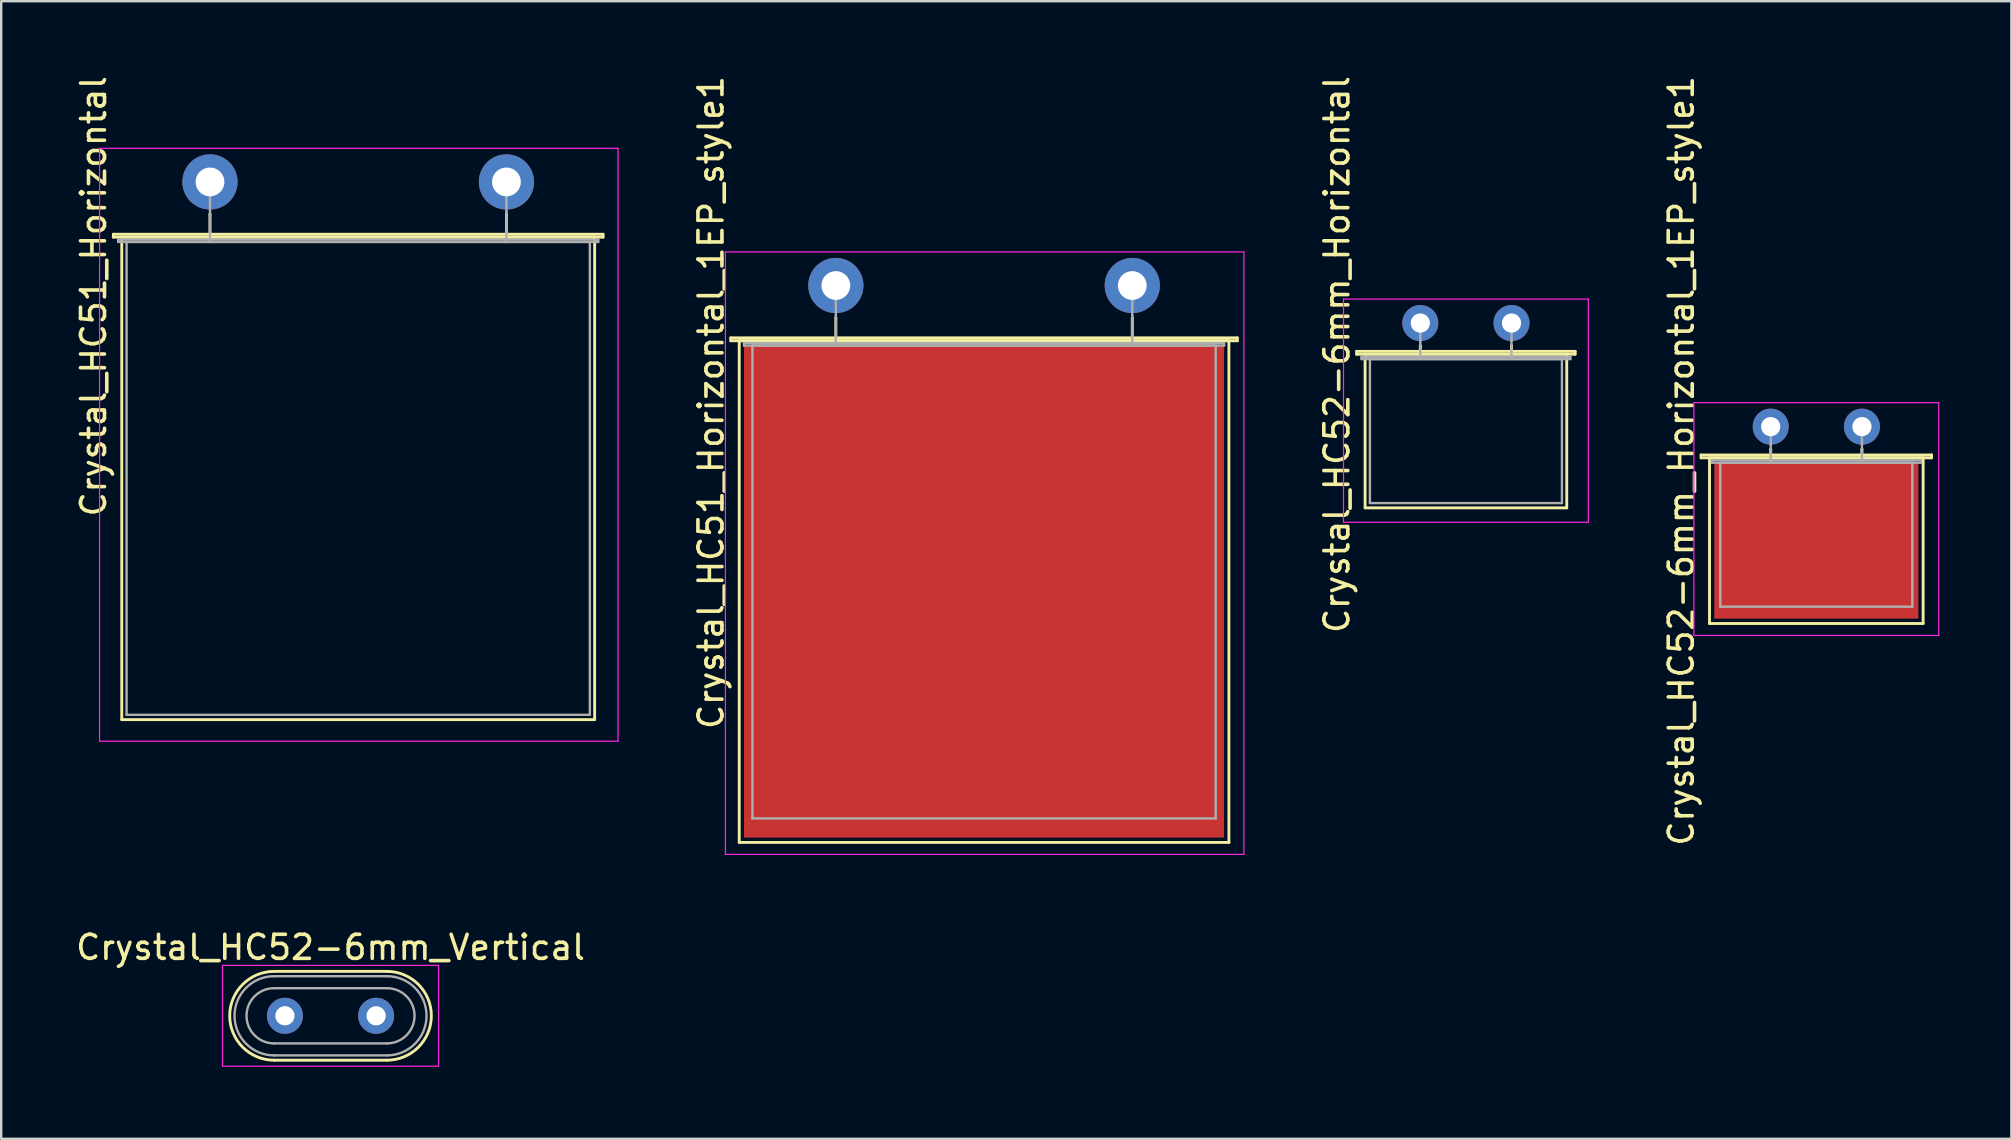
<source format=kicad_pcb>
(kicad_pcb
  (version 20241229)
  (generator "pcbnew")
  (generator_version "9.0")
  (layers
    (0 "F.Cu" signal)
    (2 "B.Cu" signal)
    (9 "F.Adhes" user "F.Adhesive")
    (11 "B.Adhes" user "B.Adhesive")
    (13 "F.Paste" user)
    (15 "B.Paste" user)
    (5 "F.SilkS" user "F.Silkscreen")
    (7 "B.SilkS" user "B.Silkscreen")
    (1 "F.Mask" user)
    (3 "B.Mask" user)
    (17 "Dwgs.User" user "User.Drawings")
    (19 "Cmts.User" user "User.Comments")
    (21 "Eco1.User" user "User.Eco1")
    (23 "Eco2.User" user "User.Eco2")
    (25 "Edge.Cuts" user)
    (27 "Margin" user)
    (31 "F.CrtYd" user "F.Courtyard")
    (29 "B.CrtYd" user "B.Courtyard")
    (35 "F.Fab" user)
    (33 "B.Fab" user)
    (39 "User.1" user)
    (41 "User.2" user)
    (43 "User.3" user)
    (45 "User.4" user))
  (footprint "Crystal_HC52-6mm_Horizontal_1EP_style1"
    (layer "F.Cu")
    (at 70.718 14.724)
    (property "Reference" "Crystal_HC52-6mm_Horizontal_1EP_style1" (at -3.725 1.425 90) (layer "F.SilkS") (effects (font (size 1 1) (thickness 0.15))))
    (attr through_hole)
    (fp_line (start -2.9 1.18) (end 6.7 1.18) (stroke (width 0.12) (type solid)) (layer "F.SilkS"))
    (fp_line (start -2.9 1.3) (end -2.9 1.18) (stroke (width 0.12) (type solid)) (layer "F.SilkS"))
    (fp_line (start -2.55 1.3) (end -2.55 8.2) (stroke (width 0.12) (type solid)) (layer "F.SilkS"))
    (fp_line (start -2.55 8.2) (end 6.35 8.2) (stroke (width 0.12) (type solid)) (layer "F.SilkS"))
    (fp_line (start 0 0.95) (end 0 0.95) (stroke (width 0.12) (type solid)) (layer "F.SilkS"))
    (fp_line (start 0 1.3) (end 0 0.95) (stroke (width 0.12) (type solid)) (layer "F.SilkS"))
    (fp_line (start 3.8 0.95) (end 3.8 0.95) (stroke (width 0.12) (type solid)) (layer "F.SilkS"))
    (fp_line (start 3.8 1.3) (end 3.8 0.95) (stroke (width 0.12) (type solid)) (layer "F.SilkS"))
    (fp_line (start 6.35 1.3) (end -2.55 1.3) (stroke (width 0.12) (type solid)) (layer "F.SilkS"))
    (fp_line (start 6.35 8.2) (end 6.35 1.3) (stroke (width 0.12) (type solid)) (layer "F.SilkS"))
    (fp_line (start 6.7 1.18) (end 6.7 1.3) (stroke (width 0.12) (type solid)) (layer "F.SilkS"))
    (fp_line (start 6.7 1.3) (end -2.9 1.3) (stroke (width 0.12) (type solid)) (layer "F.SilkS"))
    (fp_line (start -3.2 -1) (end -3.2 8.7) (stroke (width 0.05) (type solid)) (layer "F.CrtYd"))
    (fp_line (start -3.2 8.7) (end 7 8.7) (stroke (width 0.05) (type solid)) (layer "F.CrtYd"))
    (fp_line (start 7 -1) (end -3.2 -1) (stroke (width 0.05) (type solid)) (layer "F.CrtYd"))
    (fp_line (start 7 8.7) (end 7 -1) (stroke (width 0.05) (type solid)) (layer "F.CrtYd"))
    (fp_line (start -2.45 1.4) (end 6.25 1.4) (stroke (width 0.1) (type solid)) (layer "F.Fab"))
    (fp_line (start -2.45 1.5) (end -2.45 1.4) (stroke (width 0.1) (type solid)) (layer "F.Fab"))
    (fp_line (start -2.1 1.5) (end -2.1 7.5) (stroke (width 0.1) (type solid)) (layer "F.Fab"))
    (fp_line (start -2.1 7.5) (end 5.9 7.5) (stroke (width 0.1) (type solid)) (layer "F.Fab"))
    (fp_line (start 0 0.75) (end 0 0) (stroke (width 0.1) (type solid)) (layer "F.Fab"))
    (fp_line (start 0 1.5) (end 0 0.75) (stroke (width 0.1) (type solid)) (layer "F.Fab"))
    (fp_line (start 3.8 0.75) (end 3.8 0) (stroke (width 0.1) (type solid)) (layer "F.Fab"))
    (fp_line (start 3.8 1.5) (end 3.8 0.75) (stroke (width 0.1) (type solid)) (layer "F.Fab"))
    (fp_line (start 5.9 1.5) (end -2.1 1.5) (stroke (width 0.1) (type solid)) (layer "F.Fab"))
    (fp_line (start 5.9 7.5) (end 5.9 1.5) (stroke (width 0.1) (type solid)) (layer "F.Fab"))
    (fp_line (start 6.25 1.4) (end 6.25 1.5) (stroke (width 0.1) (type solid)) (layer "F.Fab"))
    (fp_line (start 6.25 1.5) (end -2.45 1.5) (stroke (width 0.1) (type solid)) (layer "F.Fab"))
    (pad "1" thru_hole circle (at 0 0) (size 1.5 1.5) (drill 0.8) (layers "*.Cu" "*.Mask"))
    (pad "2" thru_hole circle (at 3.8 0) (size 1.5 1.5) (drill 0.8) (layers "*.Cu" "*.Mask"))
    (pad "3" smd rect (at 1.9 4.75) (size 8.5 6.5) (layers "F.Cu" "F.Mask")))
  (footprint "Crystal_HC51_Horizontal_1EP_style1"
    (layer "F.Cu")
    (at 31.771 8.845)
    (property "Reference" "Crystal_HC51_Horizontal_1EP_style1" (at -5.2 4.875 90) (layer "F.SilkS") (effects (font (size 1 1) (thickness 0.15))))
    (attr through_hole)
    (fp_line (start -4.375 2.18) (end 16.725 2.18) (stroke (width 0.12) (type solid)) (layer "F.SilkS"))
    (fp_line (start -4.375 2.3) (end -4.375 2.18) (stroke (width 0.12) (type solid)) (layer "F.SilkS"))
    (fp_line (start -4.025 2.3) (end -4.025 23.2) (stroke (width 0.12) (type solid)) (layer "F.SilkS"))
    (fp_line (start -4.025 23.2) (end 16.375 23.2) (stroke (width 0.12) (type solid)) (layer "F.SilkS"))
    (fp_line (start 0 1.35) (end 0 1.35) (stroke (width 0.12) (type solid)) (layer "F.SilkS"))
    (fp_line (start 0 2.3) (end 0 1.35) (stroke (width 0.12) (type solid)) (layer "F.SilkS"))
    (fp_line (start 12.35 1.35) (end 12.35 1.35) (stroke (width 0.12) (type solid)) (layer "F.SilkS"))
    (fp_line (start 12.35 2.3) (end 12.35 1.35) (stroke (width 0.12) (type solid)) (layer "F.SilkS"))
    (fp_line (start 16.375 2.3) (end -4.025 2.3) (stroke (width 0.12) (type solid)) (layer "F.SilkS"))
    (fp_line (start 16.375 23.2) (end 16.375 2.3) (stroke (width 0.12) (type solid)) (layer "F.SilkS"))
    (fp_line (start 16.725 2.18) (end 16.725 2.3) (stroke (width 0.12) (type solid)) (layer "F.SilkS"))
    (fp_line (start 16.725 2.3) (end -4.375 2.3) (stroke (width 0.12) (type solid)) (layer "F.SilkS"))
    (fp_line (start -4.6 -1.4) (end -4.6 23.7) (stroke (width 0.05) (type solid)) (layer "F.CrtYd"))
    (fp_line (start -4.6 23.7) (end 17 23.7) (stroke (width 0.05) (type solid)) (layer "F.CrtYd"))
    (fp_line (start 17 -1.4) (end -4.6 -1.4) (stroke (width 0.05) (type solid)) (layer "F.CrtYd"))
    (fp_line (start 17 23.7) (end 17 -1.4) (stroke (width 0.05) (type solid)) (layer "F.CrtYd"))
    (fp_line (start -3.825 2.4) (end 16.175 2.4) (stroke (width 0.1) (type solid)) (layer "F.Fab"))
    (fp_line (start -3.825 2.5) (end -3.825 2.4) (stroke (width 0.1) (type solid)) (layer "F.Fab"))
    (fp_line (start -3.475 2.5) (end -3.475 22.2) (stroke (width 0.1) (type solid)) (layer "F.Fab"))
    (fp_line (start -3.475 22.2) (end 15.825 22.2) (stroke (width 0.1) (type solid)) (layer "F.Fab"))
    (fp_line (start 0 1.25) (end 0 0) (stroke (width 0.1) (type solid)) (layer "F.Fab"))
    (fp_line (start 0 2.5) (end 0 1.25) (stroke (width 0.1) (type solid)) (layer "F.Fab"))
    (fp_line (start 12.35 1.25) (end 12.35 0) (stroke (width 0.1) (type solid)) (layer "F.Fab"))
    (fp_line (start 12.35 2.5) (end 12.35 1.25) (stroke (width 0.1) (type solid)) (layer "F.Fab"))
    (fp_line (start 15.825 2.5) (end -3.475 2.5) (stroke (width 0.1) (type solid)) (layer "F.Fab"))
    (fp_line (start 15.825 22.2) (end 15.825 2.5) (stroke (width 0.1) (type solid)) (layer "F.Fab"))
    (fp_line (start 16.175 2.4) (end 16.175 2.5) (stroke (width 0.1) (type solid)) (layer "F.Fab"))
    (fp_line (start 16.175 2.5) (end -3.825 2.5) (stroke (width 0.1) (type solid)) (layer "F.Fab"))
    (pad "1" thru_hole circle (at 0 0) (size 2.3 2.3) (drill 1.2) (layers "*.Cu" "*.Mask"))
    (pad "2" thru_hole circle (at 12.35 0) (size 2.3 2.3) (drill 1.2) (layers "*.Cu" "*.Mask"))
    (pad "3" smd rect (at 6.175 12.75) (size 20 20.5) (layers "F.Cu" "F.Mask")))
  (footprint "Crystal_HC51_Horizontal"
    (layer "F.Cu")
    (at 5.698 4.529)
    (property "Reference" "Crystal_HC51_Horizontal" (at -4.85 4.763 90) (layer "F.SilkS") (effects (font (size 1 1) (thickness 0.15))))
    (attr through_hole)
    (fp_line (start -4.025 2.18) (end 16.375 2.18) (stroke (width 0.12) (type solid)) (layer "F.SilkS"))
    (fp_line (start -4.025 2.3) (end -4.025 2.18) (stroke (width 0.12) (type solid)) (layer "F.SilkS"))
    (fp_line (start -3.675 2.3) (end -3.675 22.4) (stroke (width 0.12) (type solid)) (layer "F.SilkS"))
    (fp_line (start -3.675 22.4) (end 16.025 22.4) (stroke (width 0.12) (type solid)) (layer "F.SilkS"))
    (fp_line (start 0 1.35) (end 0 1.35) (stroke (width 0.12) (type solid)) (layer "F.SilkS"))
    (fp_line (start 0 2.3) (end 0 1.35) (stroke (width 0.12) (type solid)) (layer "F.SilkS"))
    (fp_line (start 12.35 1.35) (end 12.35 1.35) (stroke (width 0.12) (type solid)) (layer "F.SilkS"))
    (fp_line (start 12.35 2.3) (end 12.35 1.35) (stroke (width 0.12) (type solid)) (layer "F.SilkS"))
    (fp_line (start 16.025 2.3) (end -3.675 2.3) (stroke (width 0.12) (type solid)) (layer "F.SilkS"))
    (fp_line (start 16.025 22.4) (end 16.025 2.3) (stroke (width 0.12) (type solid)) (layer "F.SilkS"))
    (fp_line (start 16.375 2.18) (end 16.375 2.3) (stroke (width 0.12) (type solid)) (layer "F.SilkS"))
    (fp_line (start 16.375 2.3) (end -4.025 2.3) (stroke (width 0.12) (type solid)) (layer "F.SilkS"))
    (fp_line (start -4.6 -1.4) (end -4.6 23.3) (stroke (width 0.05) (type solid)) (layer "F.CrtYd"))
    (fp_line (start -4.6 23.3) (end 17 23.3) (stroke (width 0.05) (type solid)) (layer "F.CrtYd"))
    (fp_line (start 17 -1.4) (end -4.6 -1.4) (stroke (width 0.05) (type solid)) (layer "F.CrtYd"))
    (fp_line (start 17 23.3) (end 17 -1.4) (stroke (width 0.05) (type solid)) (layer "F.CrtYd"))
    (fp_line (start -3.825 2.4) (end 16.175 2.4) (stroke (width 0.1) (type solid)) (layer "F.Fab"))
    (fp_line (start -3.825 2.5) (end -3.825 2.4) (stroke (width 0.1) (type solid)) (layer "F.Fab"))
    (fp_line (start -3.475 2.5) (end -3.475 22.2) (stroke (width 0.1) (type solid)) (layer "F.Fab"))
    (fp_line (start -3.475 22.2) (end 15.825 22.2) (stroke (width 0.1) (type solid)) (layer "F.Fab"))
    (fp_line (start 0 1.25) (end 0 0) (stroke (width 0.1) (type solid)) (layer "F.Fab"))
    (fp_line (start 0 2.5) (end 0 1.25) (stroke (width 0.1) (type solid)) (layer "F.Fab"))
    (fp_line (start 12.35 1.25) (end 12.35 0) (stroke (width 0.1) (type solid)) (layer "F.Fab"))
    (fp_line (start 12.35 2.5) (end 12.35 1.25) (stroke (width 0.1) (type solid)) (layer "F.Fab"))
    (fp_line (start 15.825 2.5) (end -3.475 2.5) (stroke (width 0.1) (type solid)) (layer "F.Fab"))
    (fp_line (start 15.825 22.2) (end 15.825 2.5) (stroke (width 0.1) (type solid)) (layer "F.Fab"))
    (fp_line (start 16.175 2.4) (end 16.175 2.5) (stroke (width 0.1) (type solid)) (layer "F.Fab"))
    (fp_line (start 16.175 2.5) (end -3.825 2.5) (stroke (width 0.1) (type solid)) (layer "F.Fab"))
    (pad "1" thru_hole circle (at 0 0) (size 2.3 2.3) (drill 1.2) (layers "*.Cu" "*.Mask"))
    (pad "2" thru_hole circle (at 12.35 0) (size 2.3 2.3) (drill 1.2) (layers "*.Cu" "*.Mask")))
  (footprint "Crystal_HC52-6mm_Vertical"
    (layer "F.Cu")
    (at 8.82 39.268)
    (property "Reference" "Crystal_HC52-6mm_Vertical" (at 1.9 -2.85 0) (layer "F.SilkS") (effects (font (size 1 1) (thickness 0.15))))
    (attr through_hole)
    (fp_line (start -0.45 -1.85) (end 4.25 -1.85) (stroke (width 0.12) (type solid)) (layer "F.SilkS"))
    (fp_line (start -0.45 1.85) (end 4.25 1.85) (stroke (width 0.12) (type solid)) (layer "F.SilkS"))
    (fp_arc (start -0.45 1.85) (mid -2.3 0) (end -0.45 -1.85) (stroke (width 0.12) (type solid)) (layer "F.SilkS"))
    (fp_arc (start 4.25 -1.85) (mid 6.1 0) (end 4.25 1.85) (stroke (width 0.12) (type solid)) (layer "F.SilkS"))
    (fp_line (start -2.6 -2.1) (end -2.6 2.1) (stroke (width 0.05) (type solid)) (layer "F.CrtYd"))
    (fp_line (start -2.6 2.1) (end 6.4 2.1) (stroke (width 0.05) (type solid)) (layer "F.CrtYd"))
    (fp_line (start 6.4 -2.1) (end -2.6 -2.1) (stroke (width 0.05) (type solid)) (layer "F.CrtYd"))
    (fp_line (start 6.4 2.1) (end 6.4 -2.1) (stroke (width 0.05) (type solid)) (layer "F.CrtYd"))
    (fp_line (start -0.45 -1.65) (end 4.25 -1.65) (stroke (width 0.1) (type solid)) (layer "F.Fab"))
    (fp_line (start -0.45 -1.15) (end 4.25 -1.15) (stroke (width 0.1) (type solid)) (layer "F.Fab"))
    (fp_line (start -0.45 1.15) (end 4.25 1.15) (stroke (width 0.1) (type solid)) (layer "F.Fab"))
    (fp_line (start -0.45 1.65) (end 4.25 1.65) (stroke (width 0.1) (type solid)) (layer "F.Fab"))
    (fp_arc (start -0.45 1.15) (mid -1.6 0) (end -0.45 -1.15) (stroke (width 0.1) (type solid)) (layer "F.Fab"))
    (fp_arc (start -0.45 1.65) (mid -2.1 0) (end -0.45 -1.65) (stroke (width 0.1) (type solid)) (layer "F.Fab"))
    (fp_arc (start 4.25 -1.65) (mid 5.9 0) (end 4.25 1.65) (stroke (width 0.1) (type solid)) (layer "F.Fab"))
    (fp_arc (start 4.25 -1.15) (mid 5.4 0) (end 4.25 1.15) (stroke (width 0.1) (type solid)) (layer "F.Fab"))
    (pad "1" thru_hole circle (at 0 0) (size 1.5 1.5) (drill 0.8) (layers "*.Cu" "*.Mask"))
    (pad "2" thru_hole circle (at 3.8 0) (size 1.5 1.5) (drill 0.8) (layers "*.Cu" "*.Mask")))
  (footprint "Crystal_HC52-6mm_Horizontal"
    (layer "F.Cu")
    (at 56.12 10.408)
    (property "Reference" "Crystal_HC52-6mm_Horizontal" (at -3.475 1.312 90) (layer "F.SilkS") (effects (font (size 1 1) (thickness 0.15))))
    (attr through_hole)
    (fp_line (start -2.65 1.18) (end 6.45 1.18) (stroke (width 0.12) (type solid)) (layer "F.SilkS"))
    (fp_line (start -2.65 1.3) (end -2.65 1.18) (stroke (width 0.12) (type solid)) (layer "F.SilkS"))
    (fp_line (start -2.3 1.3) (end -2.3 7.7) (stroke (width 0.12) (type solid)) (layer "F.SilkS"))
    (fp_line (start -2.3 7.7) (end 6.1 7.7) (stroke (width 0.12) (type solid)) (layer "F.SilkS"))
    (fp_line (start 0 0.95) (end 0 0.95) (stroke (width 0.12) (type solid)) (layer "F.SilkS"))
    (fp_line (start 0 1.3) (end 0 0.95) (stroke (width 0.12) (type solid)) (layer "F.SilkS"))
    (fp_line (start 3.8 0.95) (end 3.8 0.95) (stroke (width 0.12) (type solid)) (layer "F.SilkS"))
    (fp_line (start 3.8 1.3) (end 3.8 0.95) (stroke (width 0.12) (type solid)) (layer "F.SilkS"))
    (fp_line (start 6.1 1.3) (end -2.3 1.3) (stroke (width 0.12) (type solid)) (layer "F.SilkS"))
    (fp_line (start 6.1 7.7) (end 6.1 1.3) (stroke (width 0.12) (type solid)) (layer "F.SilkS"))
    (fp_line (start 6.45 1.18) (end 6.45 1.3) (stroke (width 0.12) (type solid)) (layer "F.SilkS"))
    (fp_line (start 6.45 1.3) (end -2.65 1.3) (stroke (width 0.12) (type solid)) (layer "F.SilkS"))
    (fp_line (start -3.2 -1) (end -3.2 8.3) (stroke (width 0.05) (type solid)) (layer "F.CrtYd"))
    (fp_line (start -3.2 8.3) (end 7 8.3) (stroke (width 0.05) (type solid)) (layer "F.CrtYd"))
    (fp_line (start 7 -1) (end -3.2 -1) (stroke (width 0.05) (type solid)) (layer "F.CrtYd"))
    (fp_line (start 7 8.3) (end 7 -1) (stroke (width 0.05) (type solid)) (layer "F.CrtYd"))
    (fp_line (start -2.45 1.4) (end 6.25 1.4) (stroke (width 0.1) (type solid)) (layer "F.Fab"))
    (fp_line (start -2.45 1.5) (end -2.45 1.4) (stroke (width 0.1) (type solid)) (layer "F.Fab"))
    (fp_line (start -2.1 1.5) (end -2.1 7.5) (stroke (width 0.1) (type solid)) (layer "F.Fab"))
    (fp_line (start -2.1 7.5) (end 5.9 7.5) (stroke (width 0.1) (type solid)) (layer "F.Fab"))
    (fp_line (start 0 0.75) (end 0 0) (stroke (width 0.1) (type solid)) (layer "F.Fab"))
    (fp_line (start 0 1.5) (end 0 0.75) (stroke (width 0.1) (type solid)) (layer "F.Fab"))
    (fp_line (start 3.8 0.75) (end 3.8 0) (stroke (width 0.1) (type solid)) (layer "F.Fab"))
    (fp_line (start 3.8 1.5) (end 3.8 0.75) (stroke (width 0.1) (type solid)) (layer "F.Fab"))
    (fp_line (start 5.9 1.5) (end -2.1 1.5) (stroke (width 0.1) (type solid)) (layer "F.Fab"))
    (fp_line (start 5.9 7.5) (end 5.9 1.5) (stroke (width 0.1) (type solid)) (layer "F.Fab"))
    (fp_line (start 6.25 1.4) (end 6.25 1.5) (stroke (width 0.1) (type solid)) (layer "F.Fab"))
    (fp_line (start 6.25 1.5) (end -2.45 1.5) (stroke (width 0.1) (type solid)) (layer "F.Fab"))
    (pad "1" thru_hole circle (at 0 0) (size 1.5 1.5) (drill 0.8) (layers "*.Cu" "*.Mask"))
    (pad "2" thru_hole circle (at 3.8 0) (size 1.5 1.5) (drill 0.8) (layers "*.Cu" "*.Mask")))
  (gr_rect
    (start -3 -3)
    (end 80.743 44.393)
    (stroke (width 0.1) (type default))
    (fill no)
    (layer "Edge.Cuts")))
</source>
